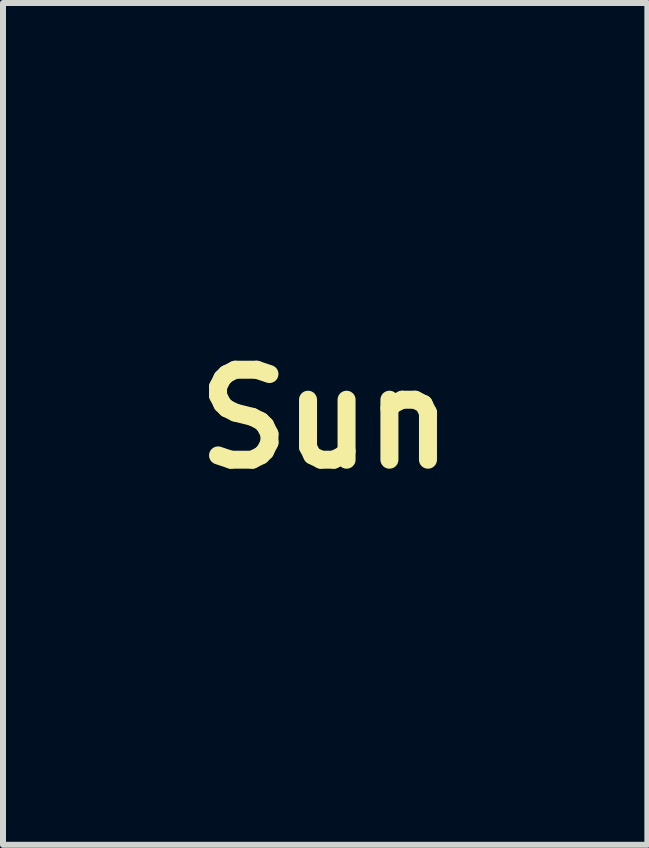
<source format=kicad_pcb>
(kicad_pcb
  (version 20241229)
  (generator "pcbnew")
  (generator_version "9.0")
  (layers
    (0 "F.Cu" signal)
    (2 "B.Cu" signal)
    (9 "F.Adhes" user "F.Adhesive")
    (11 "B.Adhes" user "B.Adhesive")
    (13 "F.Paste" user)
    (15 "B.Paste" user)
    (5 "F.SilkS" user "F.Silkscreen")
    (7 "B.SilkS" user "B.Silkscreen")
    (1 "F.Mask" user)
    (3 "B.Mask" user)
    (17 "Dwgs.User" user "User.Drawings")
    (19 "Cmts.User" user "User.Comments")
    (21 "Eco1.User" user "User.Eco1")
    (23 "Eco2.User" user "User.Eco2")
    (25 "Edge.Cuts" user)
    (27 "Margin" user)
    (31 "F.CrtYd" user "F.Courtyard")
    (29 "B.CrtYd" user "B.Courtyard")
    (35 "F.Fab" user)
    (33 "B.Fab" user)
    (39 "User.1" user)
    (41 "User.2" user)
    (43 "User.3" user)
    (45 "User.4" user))
  (footprint "Sun"
    (layer "F.Cu")
    (at 2.371 3.936)
    (property "Reference" "Sun" (at 0 0 0) (layer "F.SilkS") (effects (font (size 1.5 1.5) (thickness 0.3))))
    (attr board_only exclude_from_pos_files exclude_from_bom)
    (fp_poly (pts (xy 1.67 -3.669) (xy 1.87 -3.401) (xy 1.857 -3.39) (xy 1.852 -3.387) (xy 1.84 -3.377) (xy 1.82 -3.363) (xy 1.793 -3.343) (xy 1.76 -3.317) (xy 1.72 -3.288) (xy 1.674 -3.253) (xy 1.622 -3.214) (xy 1.565 -3.171) (xy 1.502 -3.124) (xy 1.434 -3.073) (xy 1.361 -3.018) (xy 1.284 -2.96) (xy 1.202 -2.899) (xy 1.116 -2.834) (xy 1.027 -2.767) (xy 0.934 -2.698) (xy 0.838 -2.626) (xy 0.74 -2.552) (xy 0.638 -2.475) (xy 0.534 -2.398) (xy 0.428 -2.318) (xy 0.37 -2.275) (xy 0.263 -2.194) (xy 0.159 -2.116) (xy 0.056 -2.039) (xy -0.044 -1.964) (xy -0.141 -1.891) (xy -0.235 -1.82) (xy -0.326 -1.752) (xy -0.413 -1.687) (xy -0.497 -1.624) (xy -0.576 -1.565) (xy -0.65 -1.509) (xy -0.72 -1.456) (xy -0.785 -1.407) (xy -0.845 -1.362) (xy -0.899 -1.321) (xy -0.948 -1.285) (xy -0.99 -1.253) (xy -1.026 -1.226) (xy -1.056 -1.203) (xy -1.079 -1.186) (xy -1.094 -1.174) (xy -1.102 -1.168) (xy -1.103 -1.167) (xy -1.1 -1.164) (xy -1.088 -1.155) (xy -1.07 -1.141) (xy -1.044 -1.122) (xy -1.011 -1.097) (xy -0.973 -1.068) (xy -0.927 -1.034) (xy -0.876 -0.995) (xy -0.82 -0.953) (xy -0.758 -0.906) (xy -0.69 -0.856) (xy -0.618 -0.801) (xy -0.541 -0.744) (xy -0.46 -0.683) (xy -0.375 -0.619) (xy -0.286 -0.552) (xy -0.194 -0.483) (xy -0.098 -0.411) (xy 0.000361 -0.337) (xy 0.102 -0.261) (xy 0.206 -0.183) (xy 0.312 -0.103) (xy 0.383 -0.049) (xy 1.87 1.066) (xy 1.87 1.334) (xy 1.87 1.601) (xy 0.209 2.848) (xy 0.095 2.933) (xy -0.016 3.017) (xy -0.126 3.099) (xy -0.233 3.179) (xy -0.337 3.257) (xy -0.438 3.333) (xy -0.536 3.406) (xy -0.63 3.477) (xy -0.721 3.545) (xy -0.808 3.61) (xy -0.89 3.672) (xy -0.968 3.731) (xy -1.041 3.785) (xy -1.11 3.837) (xy -1.172 3.884) (xy -1.23 3.927) (xy -1.281 3.965) (xy -1.327 4) (xy -1.366 4.029) (xy -1.399 4.053) (xy -1.425 4.073) (xy -1.443 4.087) (xy -1.455 4.096) (xy -1.459 4.098) (xy -1.462 4.097) (xy -1.469 4.089) (xy -1.481 4.076) (xy -1.497 4.056) (xy -1.517 4.03) (xy -1.543 3.997) (xy -1.573 3.957) (xy -1.609 3.91) (xy -1.65 3.856) (xy -1.665 3.836) (xy -1.699 3.791) (xy -1.731 3.748) (xy -1.76 3.708) (xy -1.787 3.672) (xy -1.81 3.64) (xy -1.83 3.613) (xy -1.845 3.591) (xy -1.856 3.575) (xy -1.861 3.566) (xy -1.862 3.564) (xy -1.858 3.561) (xy -1.846 3.552) (xy -1.827 3.538) (xy -1.801 3.519) (xy -1.769 3.494) (xy -1.729 3.465) (xy -1.684 3.431) (xy -1.633 3.392) (xy -1.576 3.349) (xy -1.513 3.302) (xy -1.446 3.252) (xy -1.374 3.198) (xy -1.297 3.14) (xy -1.216 3.079) (xy -1.13 3.015) (xy -1.041 2.948) (xy -0.949 2.879) (xy -0.853 2.807) (xy -0.754 2.733) (xy -0.653 2.657) (xy -0.549 2.579) (xy -0.443 2.499) (xy -0.376 2.449) (xy -0.269 2.369) (xy -0.164 2.29) (xy -0.061 2.213) (xy 0.04 2.137) (xy 0.137 2.064) (xy 0.232 1.993) (xy 0.323 1.925) (xy 0.41 1.859) (xy 0.494 1.796) (xy 0.573 1.737) (xy 0.648 1.68) (xy 0.719 1.627) (xy 0.784 1.578) (xy 0.844 1.533) (xy 0.899 1.492) (xy 0.948 1.455) (xy 0.991 1.422) (xy 1.028 1.395) (xy 1.058 1.372) (xy 1.081 1.354) (xy 1.097 1.342) (xy 1.106 1.335) (xy 1.107 1.334) (xy 1.103 1.331) (xy 1.092 1.322) (xy 1.073 1.308) (xy 1.048 1.289) (xy 1.015 1.264) (xy 0.976 1.235) (xy 0.931 1.201) (xy 0.88 1.162) (xy 0.824 1.119) (xy 0.762 1.072) (xy 0.694 1.022) (xy 0.622 0.968) (xy 0.546 0.91) (xy 0.465 0.849) (xy 0.38 0.785) (xy 0.291 0.718) (xy 0.198 0.649) (xy 0.103 0.577) (xy 0.004 0.503) (xy -0.097 0.427) (xy -0.201 0.349) (xy -0.307 0.269) (xy -0.379 0.216) (xy -1.866 -0.899) (xy -1.866 -1.167) (xy -1.866 -1.435) (xy -0.198 -2.685) (xy 1.47 -3.936)) (stroke (width 0) (type solid)) (fill yes) (layer "F.Mask")))
  (gr_rect
    (start -3 -3)
    (end 7.743 11.035)
    (stroke (width 0.1) (type default))
    (fill no)
    (layer "Edge.Cuts")))
</source>
